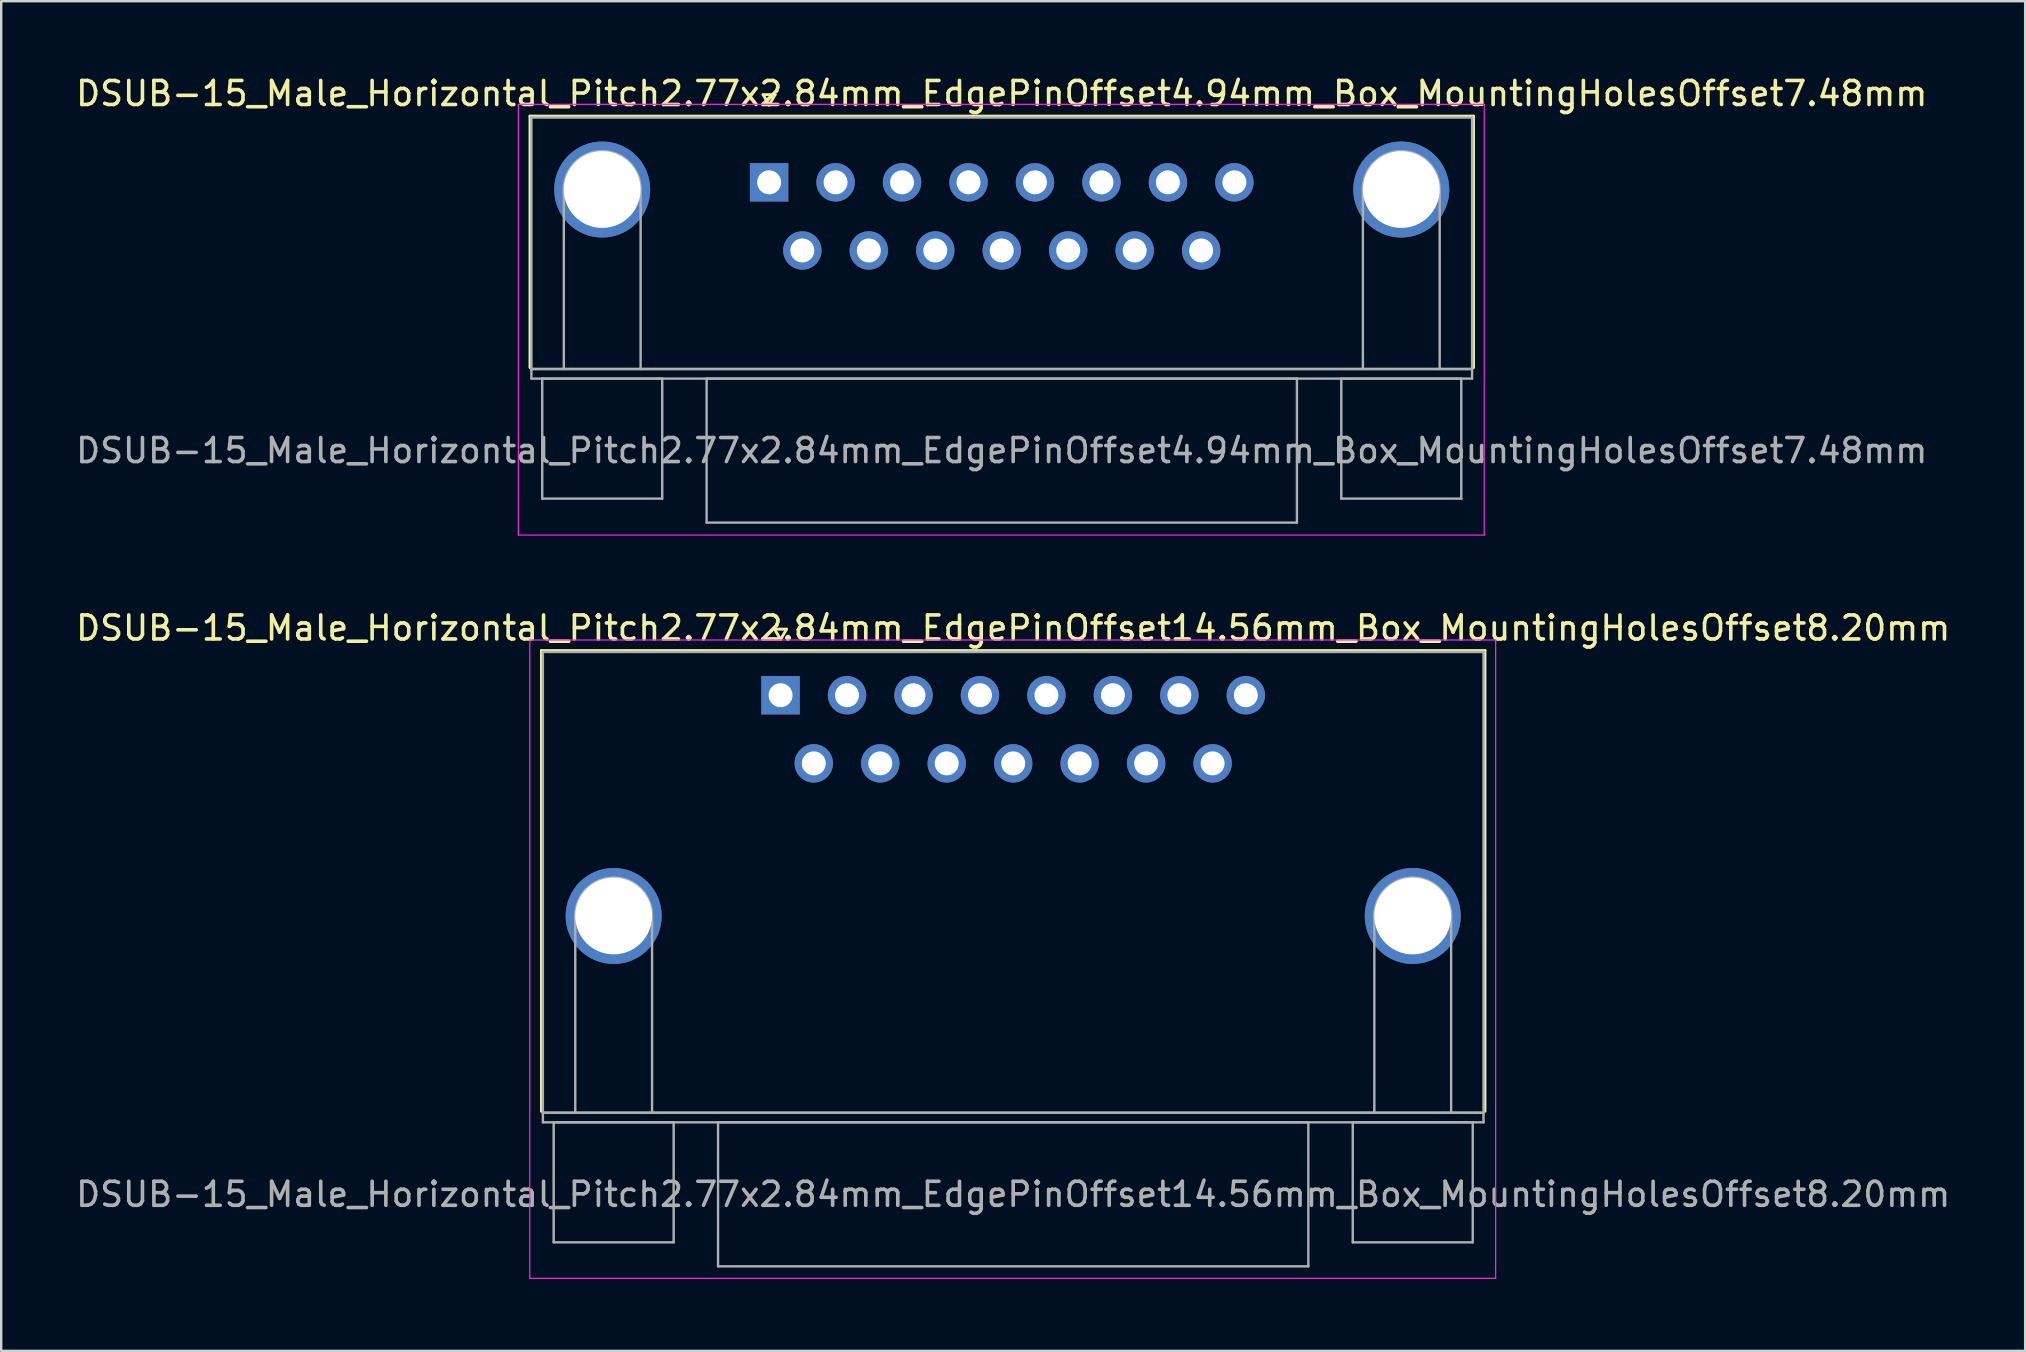
<source format=kicad_pcb>
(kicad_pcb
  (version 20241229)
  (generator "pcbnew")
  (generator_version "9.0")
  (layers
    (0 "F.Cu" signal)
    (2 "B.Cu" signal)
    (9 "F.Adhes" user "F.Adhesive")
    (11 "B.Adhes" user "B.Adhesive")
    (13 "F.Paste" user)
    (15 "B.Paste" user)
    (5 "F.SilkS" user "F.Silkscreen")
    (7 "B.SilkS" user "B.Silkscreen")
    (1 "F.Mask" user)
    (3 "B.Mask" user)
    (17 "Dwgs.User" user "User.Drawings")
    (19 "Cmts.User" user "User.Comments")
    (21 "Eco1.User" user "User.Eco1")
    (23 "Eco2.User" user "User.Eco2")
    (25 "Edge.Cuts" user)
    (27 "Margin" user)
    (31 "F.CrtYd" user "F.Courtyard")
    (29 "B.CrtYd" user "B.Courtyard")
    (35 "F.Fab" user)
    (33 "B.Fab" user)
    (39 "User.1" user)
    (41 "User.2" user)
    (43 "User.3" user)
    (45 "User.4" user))
  (footprint "DSUB-15_Male_Horizontal_Pitch2.77x2.84mm_EdgePinOffset4.94mm_Box_MountingHolesOffset7.48mm"
    (layer "F.Cu")
    (at 29.001 4.548)
    (property "Reference" "DSUB-15_Male_Horizontal_Pitch2.77x2.84mm_EdgePinOffset4.94mm_Box_MountingHolesOffset7.48mm" (at 9.695 -3.7 0) (layer "F.SilkS") (effects (font (size 1 1) (thickness 0.15))))
    (attr through_hole)
    (fp_line (start -9.965 -2.76) (end 29.355 -2.76) (stroke (width 0.12) (type solid)) (layer "F.SilkS"))
    (fp_line (start -9.965 7.72) (end -9.965 -2.76) (stroke (width 0.12) (type solid)) (layer "F.SilkS"))
    (fp_line (start -0.25 -3.654) (end 0.25 -3.654) (stroke (width 0.12) (type solid)) (layer "F.SilkS"))
    (fp_line (start 0 -3.221) (end -0.25 -3.654) (stroke (width 0.12) (type solid)) (layer "F.SilkS"))
    (fp_line (start 0.25 -3.654) (end 0 -3.221) (stroke (width 0.12) (type solid)) (layer "F.SilkS"))
    (fp_line (start 29.355 -2.76) (end 29.355 7.72) (stroke (width 0.12) (type solid)) (layer "F.SilkS"))
    (fp_line (start -10.45 -3.25) (end -10.45 14.7) (stroke (width 0.05) (type solid)) (layer "F.CrtYd"))
    (fp_line (start -10.45 14.7) (end 29.8 14.7) (stroke (width 0.05) (type solid)) (layer "F.CrtYd"))
    (fp_line (start 29.8 -3.25) (end -10.45 -3.25) (stroke (width 0.05) (type solid)) (layer "F.CrtYd"))
    (fp_line (start 29.8 14.7) (end 29.8 -3.25) (stroke (width 0.05) (type solid)) (layer "F.CrtYd"))
    (fp_line (start -9.905 -2.7) (end -9.905 7.78) (stroke (width 0.1) (type solid)) (layer "F.Fab"))
    (fp_line (start -9.905 7.78) (end -9.905 8.18) (stroke (width 0.1) (type solid)) (layer "F.Fab"))
    (fp_line (start -9.905 7.78) (end 29.295 7.78) (stroke (width 0.1) (type solid)) (layer "F.Fab"))
    (fp_line (start -9.905 8.18) (end 29.295 8.18) (stroke (width 0.1) (type solid)) (layer "F.Fab"))
    (fp_line (start -9.455 8.18) (end -9.455 13.18) (stroke (width 0.1) (type solid)) (layer "F.Fab"))
    (fp_line (start -9.455 13.18) (end -4.455 13.18) (stroke (width 0.1) (type solid)) (layer "F.Fab"))
    (fp_line (start -8.555 7.78) (end -8.555 0.3) (stroke (width 0.1) (type solid)) (layer "F.Fab"))
    (fp_line (start -5.355 7.78) (end -5.355 0.3) (stroke (width 0.1) (type solid)) (layer "F.Fab"))
    (fp_line (start -4.455 8.18) (end -9.455 8.18) (stroke (width 0.1) (type solid)) (layer "F.Fab"))
    (fp_line (start -4.455 13.18) (end -4.455 8.18) (stroke (width 0.1) (type solid)) (layer "F.Fab"))
    (fp_line (start -2.605 8.18) (end -2.605 14.18) (stroke (width 0.1) (type solid)) (layer "F.Fab"))
    (fp_line (start -2.605 14.18) (end 21.995 14.18) (stroke (width 0.1) (type solid)) (layer "F.Fab"))
    (fp_line (start 21.995 8.18) (end -2.605 8.18) (stroke (width 0.1) (type solid)) (layer "F.Fab"))
    (fp_line (start 21.995 14.18) (end 21.995 8.18) (stroke (width 0.1) (type solid)) (layer "F.Fab"))
    (fp_line (start 23.845 8.18) (end 23.845 13.18) (stroke (width 0.1) (type solid)) (layer "F.Fab"))
    (fp_line (start 23.845 13.18) (end 28.845 13.18) (stroke (width 0.1) (type solid)) (layer "F.Fab"))
    (fp_line (start 24.745 7.78) (end 24.745 0.3) (stroke (width 0.1) (type solid)) (layer "F.Fab"))
    (fp_line (start 27.945 7.78) (end 27.945 0.3) (stroke (width 0.1) (type solid)) (layer "F.Fab"))
    (fp_line (start 28.845 8.18) (end 23.845 8.18) (stroke (width 0.1) (type solid)) (layer "F.Fab"))
    (fp_line (start 28.845 13.18) (end 28.845 8.18) (stroke (width 0.1) (type solid)) (layer "F.Fab"))
    (fp_line (start 29.295 -2.7) (end -9.905 -2.7) (stroke (width 0.1) (type solid)) (layer "F.Fab"))
    (fp_line (start 29.295 7.78) (end -9.905 7.78) (stroke (width 0.1) (type solid)) (layer "F.Fab"))
    (fp_line (start 29.295 7.78) (end 29.295 -2.7) (stroke (width 0.1) (type solid)) (layer "F.Fab"))
    (fp_line (start 29.295 8.18) (end 29.295 7.78) (stroke (width 0.1) (type solid)) (layer "F.Fab"))
    (fp_arc (start -8.555 0.3) (mid -6.955 -1.3) (end -5.355 0.3) (stroke (width 0.1) (type solid)) (layer "F.Fab"))
    (fp_arc (start 24.745 0.3) (mid 26.345 -1.3) (end 27.945 0.3) (stroke (width 0.1) (type solid)) (layer "F.Fab"))
    (fp_text user "${REFERENCE}" (at 9.695 11.18 0) (layer "F.Fab") (effects (font (size 1 1) (thickness 0.15))))
    (pad "0" thru_hole circle (at -6.955 0.3) (size 4 4) (drill 3.2) (layers "*.Cu" "*.Mask"))
    (pad "0" thru_hole circle (at 26.345 0.3) (size 4 4) (drill 3.2) (layers "*.Cu" "*.Mask"))
    (pad "1" thru_hole rect (at 0 0) (size 1.6 1.6) (drill 1) (layers "*.Cu" "*.Mask"))
    (pad "2" thru_hole circle (at 2.77 0) (size 1.6 1.6) (drill 1) (layers "*.Cu" "*.Mask"))
    (pad "3" thru_hole circle (at 5.54 0) (size 1.6 1.6) (drill 1) (layers "*.Cu" "*.Mask"))
    (pad "4" thru_hole circle (at 8.31 0) (size 1.6 1.6) (drill 1) (layers "*.Cu" "*.Mask"))
    (pad "5" thru_hole circle (at 11.08 0) (size 1.6 1.6) (drill 1) (layers "*.Cu" "*.Mask"))
    (pad "6" thru_hole circle (at 13.85 0) (size 1.6 1.6) (drill 1) (layers "*.Cu" "*.Mask"))
    (pad "7" thru_hole circle (at 16.62 0) (size 1.6 1.6) (drill 1) (layers "*.Cu" "*.Mask"))
    (pad "8" thru_hole circle (at 19.39 0) (size 1.6 1.6) (drill 1) (layers "*.Cu" "*.Mask"))
    (pad "9" thru_hole circle (at 1.385 2.84) (size 1.6 1.6) (drill 1) (layers "*.Cu" "*.Mask"))
    (pad "10" thru_hole circle (at 4.155 2.84) (size 1.6 1.6) (drill 1) (layers "*.Cu" "*.Mask"))
    (pad "11" thru_hole circle (at 6.925 2.84) (size 1.6 1.6) (drill 1) (layers "*.Cu" "*.Mask"))
    (pad "12" thru_hole circle (at 9.695 2.84) (size 1.6 1.6) (drill 1) (layers "*.Cu" "*.Mask"))
    (pad "13" thru_hole circle (at 12.465 2.84) (size 1.6 1.6) (drill 1) (layers "*.Cu" "*.Mask"))
    (pad "14" thru_hole circle (at 15.235 2.84) (size 1.6 1.6) (drill 1) (layers "*.Cu" "*.Mask"))
    (pad "15" thru_hole circle (at 18.005 2.84) (size 1.6 1.6) (drill 1) (layers "*.Cu" "*.Mask")))
  (footprint "DSUB-15_Male_Horizontal_Pitch2.77x2.84mm_EdgePinOffset14.56mm_Box_MountingHolesOffset8.20mm"
    (layer "F.Cu")
    (at 29.478 25.922)
    (property "Reference" "DSUB-15_Male_Horizontal_Pitch2.77x2.84mm_EdgePinOffset14.56mm_Box_MountingHolesOffset8.20mm" (at 9.695 -2.8 0) (layer "F.SilkS") (effects (font (size 1 1) (thickness 0.15))))
    (attr through_hole)
    (fp_line (start -9.965 -1.86) (end 29.355 -1.86) (stroke (width 0.12) (type solid)) (layer "F.SilkS"))
    (fp_line (start -9.965 17.34) (end -9.965 -1.86) (stroke (width 0.12) (type solid)) (layer "F.SilkS"))
    (fp_line (start -0.25 -2.754) (end 0.25 -2.754) (stroke (width 0.12) (type solid)) (layer "F.SilkS"))
    (fp_line (start 0 -2.321) (end -0.25 -2.754) (stroke (width 0.12) (type solid)) (layer "F.SilkS"))
    (fp_line (start 0.25 -2.754) (end 0 -2.321) (stroke (width 0.12) (type solid)) (layer "F.SilkS"))
    (fp_line (start 29.355 -1.86) (end 29.355 17.34) (stroke (width 0.12) (type solid)) (layer "F.SilkS"))
    (fp_line (start -10.45 -2.3) (end -10.45 24.3) (stroke (width 0.05) (type solid)) (layer "F.CrtYd"))
    (fp_line (start -10.45 24.3) (end 29.8 24.3) (stroke (width 0.05) (type solid)) (layer "F.CrtYd"))
    (fp_line (start 29.8 -2.3) (end -10.45 -2.3) (stroke (width 0.05) (type solid)) (layer "F.CrtYd"))
    (fp_line (start 29.8 24.3) (end 29.8 -2.3) (stroke (width 0.05) (type solid)) (layer "F.CrtYd"))
    (fp_line (start -9.905 -1.8) (end -9.905 17.4) (stroke (width 0.1) (type solid)) (layer "F.Fab"))
    (fp_line (start -9.905 17.4) (end -9.905 17.8) (stroke (width 0.1) (type solid)) (layer "F.Fab"))
    (fp_line (start -9.905 17.4) (end 29.295 17.4) (stroke (width 0.1) (type solid)) (layer "F.Fab"))
    (fp_line (start -9.905 17.8) (end 29.295 17.8) (stroke (width 0.1) (type solid)) (layer "F.Fab"))
    (fp_line (start -9.455 17.8) (end -9.455 22.8) (stroke (width 0.1) (type solid)) (layer "F.Fab"))
    (fp_line (start -9.455 22.8) (end -4.455 22.8) (stroke (width 0.1) (type solid)) (layer "F.Fab"))
    (fp_line (start -8.555 17.4) (end -8.555 9.2) (stroke (width 0.1) (type solid)) (layer "F.Fab"))
    (fp_line (start -5.355 17.4) (end -5.355 9.2) (stroke (width 0.1) (type solid)) (layer "F.Fab"))
    (fp_line (start -4.455 17.8) (end -9.455 17.8) (stroke (width 0.1) (type solid)) (layer "F.Fab"))
    (fp_line (start -4.455 22.8) (end -4.455 17.8) (stroke (width 0.1) (type solid)) (layer "F.Fab"))
    (fp_line (start -2.605 17.8) (end -2.605 23.8) (stroke (width 0.1) (type solid)) (layer "F.Fab"))
    (fp_line (start -2.605 23.8) (end 21.995 23.8) (stroke (width 0.1) (type solid)) (layer "F.Fab"))
    (fp_line (start 21.995 17.8) (end -2.605 17.8) (stroke (width 0.1) (type solid)) (layer "F.Fab"))
    (fp_line (start 21.995 23.8) (end 21.995 17.8) (stroke (width 0.1) (type solid)) (layer "F.Fab"))
    (fp_line (start 23.845 17.8) (end 23.845 22.8) (stroke (width 0.1) (type solid)) (layer "F.Fab"))
    (fp_line (start 23.845 22.8) (end 28.845 22.8) (stroke (width 0.1) (type solid)) (layer "F.Fab"))
    (fp_line (start 24.745 17.4) (end 24.745 9.2) (stroke (width 0.1) (type solid)) (layer "F.Fab"))
    (fp_line (start 27.945 17.4) (end 27.945 9.2) (stroke (width 0.1) (type solid)) (layer "F.Fab"))
    (fp_line (start 28.845 17.8) (end 23.845 17.8) (stroke (width 0.1) (type solid)) (layer "F.Fab"))
    (fp_line (start 28.845 22.8) (end 28.845 17.8) (stroke (width 0.1) (type solid)) (layer "F.Fab"))
    (fp_line (start 29.295 -1.8) (end -9.905 -1.8) (stroke (width 0.1) (type solid)) (layer "F.Fab"))
    (fp_line (start 29.295 17.4) (end -9.905 17.4) (stroke (width 0.1) (type solid)) (layer "F.Fab"))
    (fp_line (start 29.295 17.4) (end 29.295 -1.8) (stroke (width 0.1) (type solid)) (layer "F.Fab"))
    (fp_line (start 29.295 17.8) (end 29.295 17.4) (stroke (width 0.1) (type solid)) (layer "F.Fab"))
    (fp_arc (start -8.555 9.2) (mid -6.955 7.6) (end -5.355 9.2) (stroke (width 0.1) (type solid)) (layer "F.Fab"))
    (fp_arc (start 24.745 9.2) (mid 26.345 7.6) (end 27.945 9.2) (stroke (width 0.1) (type solid)) (layer "F.Fab"))
    (fp_text user "${REFERENCE}" (at 9.695 20.8 0) (layer "F.Fab") (effects (font (size 1 1) (thickness 0.15))))
    (pad "0" thru_hole circle (at -6.955 9.2) (size 4 4) (drill 3.2) (layers "*.Cu" "*.Mask"))
    (pad "0" thru_hole circle (at 26.345 9.2) (size 4 4) (drill 3.2) (layers "*.Cu" "*.Mask"))
    (pad "1" thru_hole rect (at 0 0) (size 1.6 1.6) (drill 1) (layers "*.Cu" "*.Mask"))
    (pad "2" thru_hole circle (at 2.77 0) (size 1.6 1.6) (drill 1) (layers "*.Cu" "*.Mask"))
    (pad "3" thru_hole circle (at 5.54 0) (size 1.6 1.6) (drill 1) (layers "*.Cu" "*.Mask"))
    (pad "4" thru_hole circle (at 8.31 0) (size 1.6 1.6) (drill 1) (layers "*.Cu" "*.Mask"))
    (pad "5" thru_hole circle (at 11.08 0) (size 1.6 1.6) (drill 1) (layers "*.Cu" "*.Mask"))
    (pad "6" thru_hole circle (at 13.85 0) (size 1.6 1.6) (drill 1) (layers "*.Cu" "*.Mask"))
    (pad "7" thru_hole circle (at 16.62 0) (size 1.6 1.6) (drill 1) (layers "*.Cu" "*.Mask"))
    (pad "8" thru_hole circle (at 19.39 0) (size 1.6 1.6) (drill 1) (layers "*.Cu" "*.Mask"))
    (pad "9" thru_hole circle (at 1.385 2.84) (size 1.6 1.6) (drill 1) (layers "*.Cu" "*.Mask"))
    (pad "10" thru_hole circle (at 4.155 2.84) (size 1.6 1.6) (drill 1) (layers "*.Cu" "*.Mask"))
    (pad "11" thru_hole circle (at 6.925 2.84) (size 1.6 1.6) (drill 1) (layers "*.Cu" "*.Mask"))
    (pad "12" thru_hole circle (at 9.695 2.84) (size 1.6 1.6) (drill 1) (layers "*.Cu" "*.Mask"))
    (pad "13" thru_hole circle (at 12.465 2.84) (size 1.6 1.6) (drill 1) (layers "*.Cu" "*.Mask"))
    (pad "14" thru_hole circle (at 15.235 2.84) (size 1.6 1.6) (drill 1) (layers "*.Cu" "*.Mask"))
    (pad "15" thru_hole circle (at 18.005 2.84) (size 1.6 1.6) (drill 1) (layers "*.Cu" "*.Mask")))
  (gr_rect
    (start -3 -3)
    (end 81.345 53.246)
    (stroke (width 0.1) (type default))
    (fill no)
    (layer "Edge.Cuts")))
</source>
